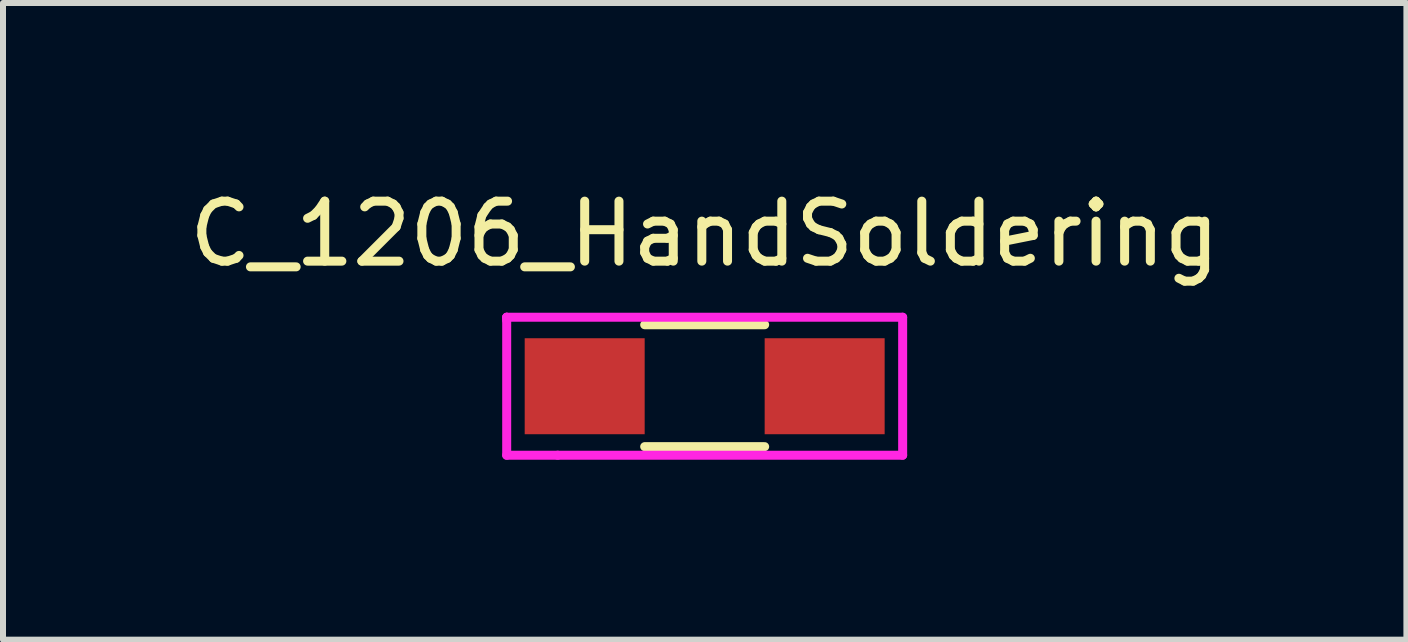
<source format=kicad_pcb>
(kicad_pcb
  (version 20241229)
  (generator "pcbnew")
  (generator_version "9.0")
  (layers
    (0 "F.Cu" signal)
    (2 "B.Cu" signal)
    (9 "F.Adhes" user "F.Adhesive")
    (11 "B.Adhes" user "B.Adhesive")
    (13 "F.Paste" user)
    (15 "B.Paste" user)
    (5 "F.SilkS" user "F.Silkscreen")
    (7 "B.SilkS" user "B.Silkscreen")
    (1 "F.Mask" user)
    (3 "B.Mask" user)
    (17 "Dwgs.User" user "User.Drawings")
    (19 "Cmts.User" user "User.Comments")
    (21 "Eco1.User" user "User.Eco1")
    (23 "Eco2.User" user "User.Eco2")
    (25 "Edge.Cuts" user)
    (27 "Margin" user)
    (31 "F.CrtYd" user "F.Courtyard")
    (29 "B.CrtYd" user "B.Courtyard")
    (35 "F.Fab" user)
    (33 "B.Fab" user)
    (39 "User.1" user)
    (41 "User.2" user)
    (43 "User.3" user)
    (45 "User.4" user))
  (footprint "C_1206_HandSoldering"
    (layer "F.Cu")
    (at 8.696 3.388)
    (property "Reference" "C_1206_HandSoldering" (at 0 -2.54 0) (layer "F.SilkS") (effects (font (size 1 1) (thickness 0.15))))
    (attr through_hole)
    (fp_line (start 1 -1.025) (end -1 -1.025) (stroke (width 0.15) (type solid)) (layer "F.SilkS"))
    (fp_line (start 1 1.007) (end -1 1.007) (stroke (width 0.15) (type solid)) (layer "F.SilkS"))
    (fp_line (start -3.3 -1.15) (end -3.3 -1.1) (stroke (width 0.15) (type solid)) (layer "F.CrtYd"))
    (fp_line (start -3.3 -1.15) (end 3.3 -1.15) (stroke (width 0.15) (type solid)) (layer "F.CrtYd"))
    (fp_line (start -3.3 1.15) (end -3.3 -1.15) (stroke (width 0.15) (type solid)) (layer "F.CrtYd"))
    (fp_line (start -2.45 1.15) (end -3.3 1.15) (stroke (width 0.15) (type solid)) (layer "F.CrtYd"))
    (fp_line (start 3.3 -1.15) (end 3.3 1.15) (stroke (width 0.15) (type solid)) (layer "F.CrtYd"))
    (fp_line (start 3.3 1.15) (end -2.45 1.15) (stroke (width 0.15) (type solid)) (layer "F.CrtYd"))
    (pad "1" smd rect (at -2 0) (size 2 1.6) (layers "F.Cu" "F.Mask" "F.Paste"))
    (pad "2" smd rect (at 2 0) (size 2 1.6) (layers "F.Cu" "F.Mask" "F.Paste")))
  (gr_rect
    (start -3 -3)
    (end 20.393 7.613)
    (stroke (width 0.1) (type default))
    (fill no)
    (layer "Edge.Cuts")))
</source>
